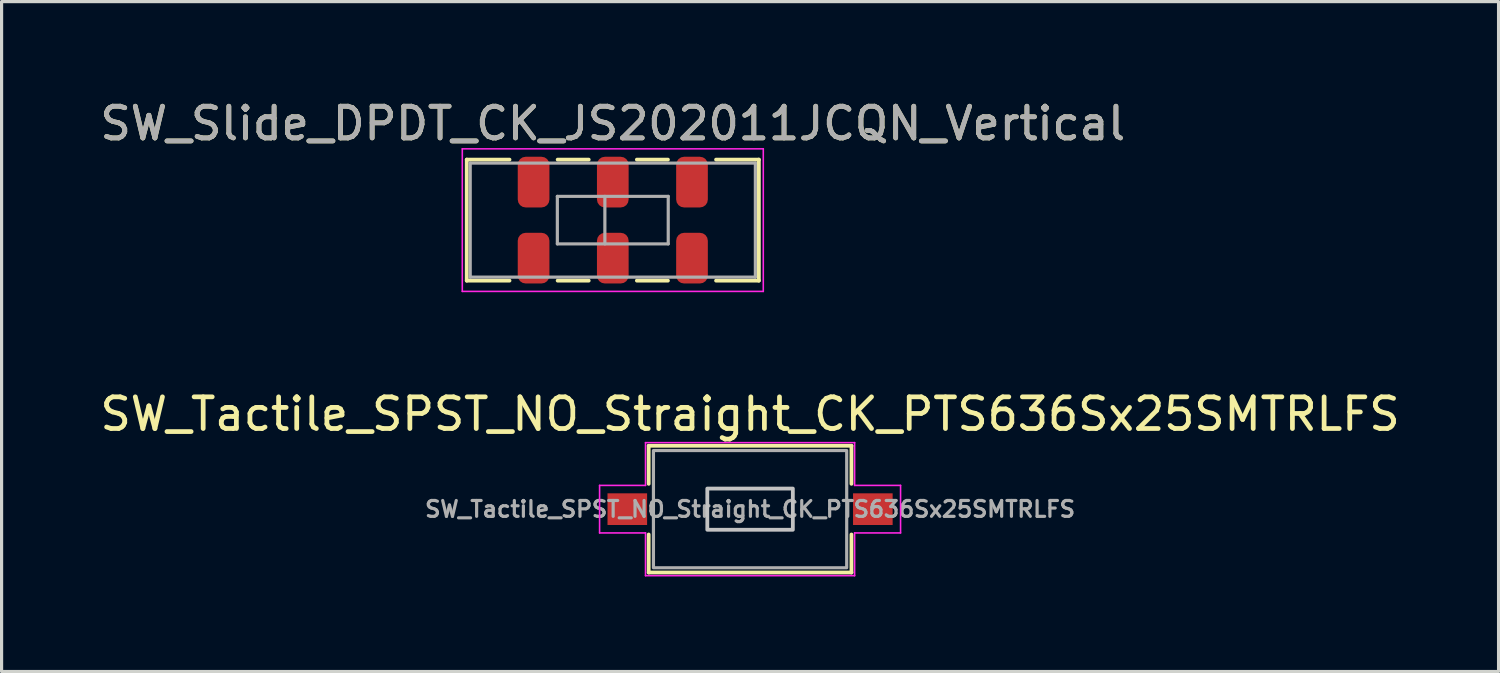
<source format=kicad_pcb>
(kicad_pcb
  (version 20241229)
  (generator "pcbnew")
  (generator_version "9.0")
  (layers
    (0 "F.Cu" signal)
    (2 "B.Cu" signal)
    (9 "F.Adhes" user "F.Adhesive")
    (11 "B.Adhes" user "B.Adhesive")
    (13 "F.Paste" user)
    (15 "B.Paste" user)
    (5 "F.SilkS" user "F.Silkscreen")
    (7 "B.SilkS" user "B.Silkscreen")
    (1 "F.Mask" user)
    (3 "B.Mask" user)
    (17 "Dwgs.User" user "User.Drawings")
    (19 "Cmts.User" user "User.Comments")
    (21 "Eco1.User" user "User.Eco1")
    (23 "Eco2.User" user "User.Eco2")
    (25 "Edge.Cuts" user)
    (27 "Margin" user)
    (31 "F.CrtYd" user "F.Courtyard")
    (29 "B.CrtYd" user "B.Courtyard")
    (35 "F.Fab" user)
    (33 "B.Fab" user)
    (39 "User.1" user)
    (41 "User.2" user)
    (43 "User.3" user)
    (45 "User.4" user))
  (footprint "SW_Tactile_SPST_NO_Straight_CK_PTS636Sx25SMTRLFS"
    (layer "F.Cu")
    (at 20.625 13.021)
    (property "Reference" "SW_Tactile_SPST_NO_Straight_CK_PTS636Sx25SMTRLFS" (at 0 -3 0) (unlocked yes) (layer "F.SilkS") (effects (font (size 1 1) (thickness 0.15))))
    (attr smd)
    (fp_line (start -3.2 -2) (end -3.2 -0.8) (stroke (width 0.12) (type solid)) (layer "F.SilkS"))
    (fp_line (start -3.2 0.8) (end -3.2 2) (stroke (width 0.12) (type solid)) (layer "F.SilkS"))
    (fp_line (start -3.2 2) (end 3.2 2) (stroke (width 0.12) (type solid)) (layer "F.SilkS"))
    (fp_line (start 3.2 -2) (end -3.2 -2) (stroke (width 0.12) (type solid)) (layer "F.SilkS"))
    (fp_line (start 3.2 -0.8) (end 3.2 -2) (stroke (width 0.12) (type solid)) (layer "F.SilkS"))
    (fp_line (start 3.2 2) (end 3.2 0.8) (stroke (width 0.12) (type solid)) (layer "F.SilkS"))
    (fp_rect (start -1.35 -0.65) (end 1.35 0.65) (stroke (width 0.12) (type solid)) (fill no) (layer "Dwgs.User"))
    (fp_line (start -4.75 -0.75) (end -3.3 -0.75) (stroke (width 0.05) (type solid)) (layer "F.CrtYd"))
    (fp_line (start -4.75 0.75) (end -4.75 -0.75) (stroke (width 0.05) (type solid)) (layer "F.CrtYd"))
    (fp_line (start -3.3 -2.1) (end 3.3 -2.1) (stroke (width 0.05) (type solid)) (layer "F.CrtYd"))
    (fp_line (start -3.3 -0.75) (end -3.3 -2.1) (stroke (width 0.05) (type solid)) (layer "F.CrtYd"))
    (fp_line (start -3.3 0.75) (end -4.75 0.75) (stroke (width 0.05) (type solid)) (layer "F.CrtYd"))
    (fp_line (start -3.3 2.1) (end -3.3 0.75) (stroke (width 0.05) (type solid)) (layer "F.CrtYd"))
    (fp_line (start 3.3 -2.1) (end 3.3 -0.75) (stroke (width 0.05) (type solid)) (layer "F.CrtYd"))
    (fp_line (start 3.3 -0.75) (end 4.75 -0.75) (stroke (width 0.05) (type solid)) (layer "F.CrtYd"))
    (fp_line (start 3.3 0.75) (end 3.3 2.1) (stroke (width 0.05) (type solid)) (layer "F.CrtYd"))
    (fp_line (start 3.3 2.1) (end -3.3 2.1) (stroke (width 0.05) (type solid)) (layer "F.CrtYd"))
    (fp_line (start 4.75 -0.75) (end 4.75 0.75) (stroke (width 0.05) (type solid)) (layer "F.CrtYd"))
    (fp_line (start 4.75 0.75) (end 3.3 0.75) (stroke (width 0.05) (type solid)) (layer "F.CrtYd"))
    (fp_rect (start -3.05 -1.85) (end 3.05 1.85) (stroke (width 0.1) (type solid)) (fill no) (layer "F.Fab"))
    (fp_text user "${REFERENCE}" (at 0 0 0) (unlocked yes) (layer "F.Fab") (effects (font (size 0.5 0.5) (thickness 0.1))))
    (pad "1" smd rect (at -3.875 0) (size 1.25 1) (layers "F.Cu" "F.Mask" "F.Paste"))
    (pad "2" smd rect (at 3.875 0) (size 1.25 1) (layers "F.Cu" "F.Mask" "F.Paste")))
  (footprint "SW_Slide_DPDT_CK_JS202011JCQN_Vertical"
    (layer "F.Cu")
    (at 16.292 3.898)
    (property "Reference" "SW_Slide_DPDT_CK_JS202011JCQN_Vertical" (at 0 -3.05 0) (layer "F.SilkS") (effects (font (size 1 1) (thickness 0.15))))
    (attr smd)
    (fp_line (start -4.61 -1.91) (end -4.61 1.91) (stroke (width 0.12) (type solid)) (layer "F.SilkS"))
    (fp_line (start -4.61 1.91) (end -3.26 1.91) (stroke (width 0.12) (type solid)) (layer "F.SilkS"))
    (fp_line (start -3.26 -1.91) (end -4.61 -1.91) (stroke (width 0.12) (type solid)) (layer "F.SilkS"))
    (fp_line (start -0.76 -1.91) (end -1.74 -1.91) (stroke (width 0.12) (type solid)) (layer "F.SilkS"))
    (fp_line (start -0.76 1.91) (end -1.74 1.91) (stroke (width 0.12) (type solid)) (layer "F.SilkS"))
    (fp_line (start 1.74 -1.91) (end 0.76 -1.91) (stroke (width 0.12) (type solid)) (layer "F.SilkS"))
    (fp_line (start 1.74 1.91) (end 0.76 1.91) (stroke (width 0.12) (type solid)) (layer "F.SilkS"))
    (fp_line (start 4.61 -1.91) (end 3.26 -1.91) (stroke (width 0.12) (type solid)) (layer "F.SilkS"))
    (fp_line (start 4.61 -1.91) (end 4.61 1.91) (stroke (width 0.12) (type solid)) (layer "F.SilkS"))
    (fp_line (start 4.61 1.91) (end 3.26 1.91) (stroke (width 0.12) (type solid)) (layer "F.SilkS"))
    (fp_line (start -4.75 -2.25) (end -4.75 2.25) (stroke (width 0.05) (type solid)) (layer "F.CrtYd"))
    (fp_line (start -4.75 -2.25) (end 4.75 -2.25) (stroke (width 0.05) (type solid)) (layer "F.CrtYd"))
    (fp_line (start 4.75 -2.25) (end 4.75 2.25) (stroke (width 0.05) (type solid)) (layer "F.CrtYd"))
    (fp_line (start 4.75 2.25) (end -4.75 2.25) (stroke (width 0.05) (type solid)) (layer "F.CrtYd"))
    (fp_line (start -4.5 -1.8) (end 4.5 -1.8) (stroke (width 0.1) (type solid)) (layer "F.Fab"))
    (fp_line (start -4.5 1.8) (end -4.5 -1.8) (stroke (width 0.1) (type solid)) (layer "F.Fab"))
    (fp_line (start -1.75 -0.75) (end -1.75 0.75) (stroke (width 0.1) (type solid)) (layer "F.Fab"))
    (fp_line (start -1.75 -0.75) (end 1.75 -0.75) (stroke (width 0.1) (type solid)) (layer "F.Fab"))
    (fp_line (start -0.25 -0.75) (end -0.25 0.75) (stroke (width 0.1) (type solid)) (layer "F.Fab"))
    (fp_line (start 1.75 -0.75) (end 1.75 0.75) (stroke (width 0.1) (type solid)) (layer "F.Fab"))
    (fp_line (start 1.75 0.75) (end -1.75 0.75) (stroke (width 0.1) (type solid)) (layer "F.Fab"))
    (fp_line (start 4.5 -1.8) (end 4.5 1.8) (stroke (width 0.1) (type solid)) (layer "F.Fab"))
    (fp_line (start 4.5 1.8) (end -4.5 1.8) (stroke (width 0.1) (type solid)) (layer "F.Fab"))
    (fp_text user "${REFERENCE}" (at 0 -3.05 0) (layer "F.Fab") (effects (font (size 1 1) (thickness 0.15))))
    (pad "1" smd roundrect (at -2.5 -1.2) (size 1 1.6) (layers "F.Cu" "F.Mask" "F.Paste") (roundrect_rratio 0.25))
    (pad "2" smd roundrect (at 0 -1.2) (size 1 1.6) (layers "F.Cu" "F.Mask" "F.Paste") (roundrect_rratio 0.25))
    (pad "3" smd roundrect (at 2.5 -1.2) (size 1 1.6) (layers "F.Cu" "F.Mask" "F.Paste") (roundrect_rratio 0.25))
    (pad "4" smd roundrect (at 2.5 1.2) (size 1 1.6) (layers "F.Cu" "F.Mask" "F.Paste") (roundrect_rratio 0.25))
    (pad "5" smd roundrect (at 0 1.2) (size 1 1.6) (layers "F.Cu" "F.Mask" "F.Paste") (roundrect_rratio 0.25))
    (pad "6" smd roundrect (at -2.5 1.2) (size 1 1.6) (layers "F.Cu" "F.Mask" "F.Paste") (roundrect_rratio 0.25)))
  (gr_rect
    (start -3 -3)
    (end 44.25 18.146)
    (stroke (width 0.1) (type default))
    (fill no)
    (layer "Edge.Cuts")))
</source>
